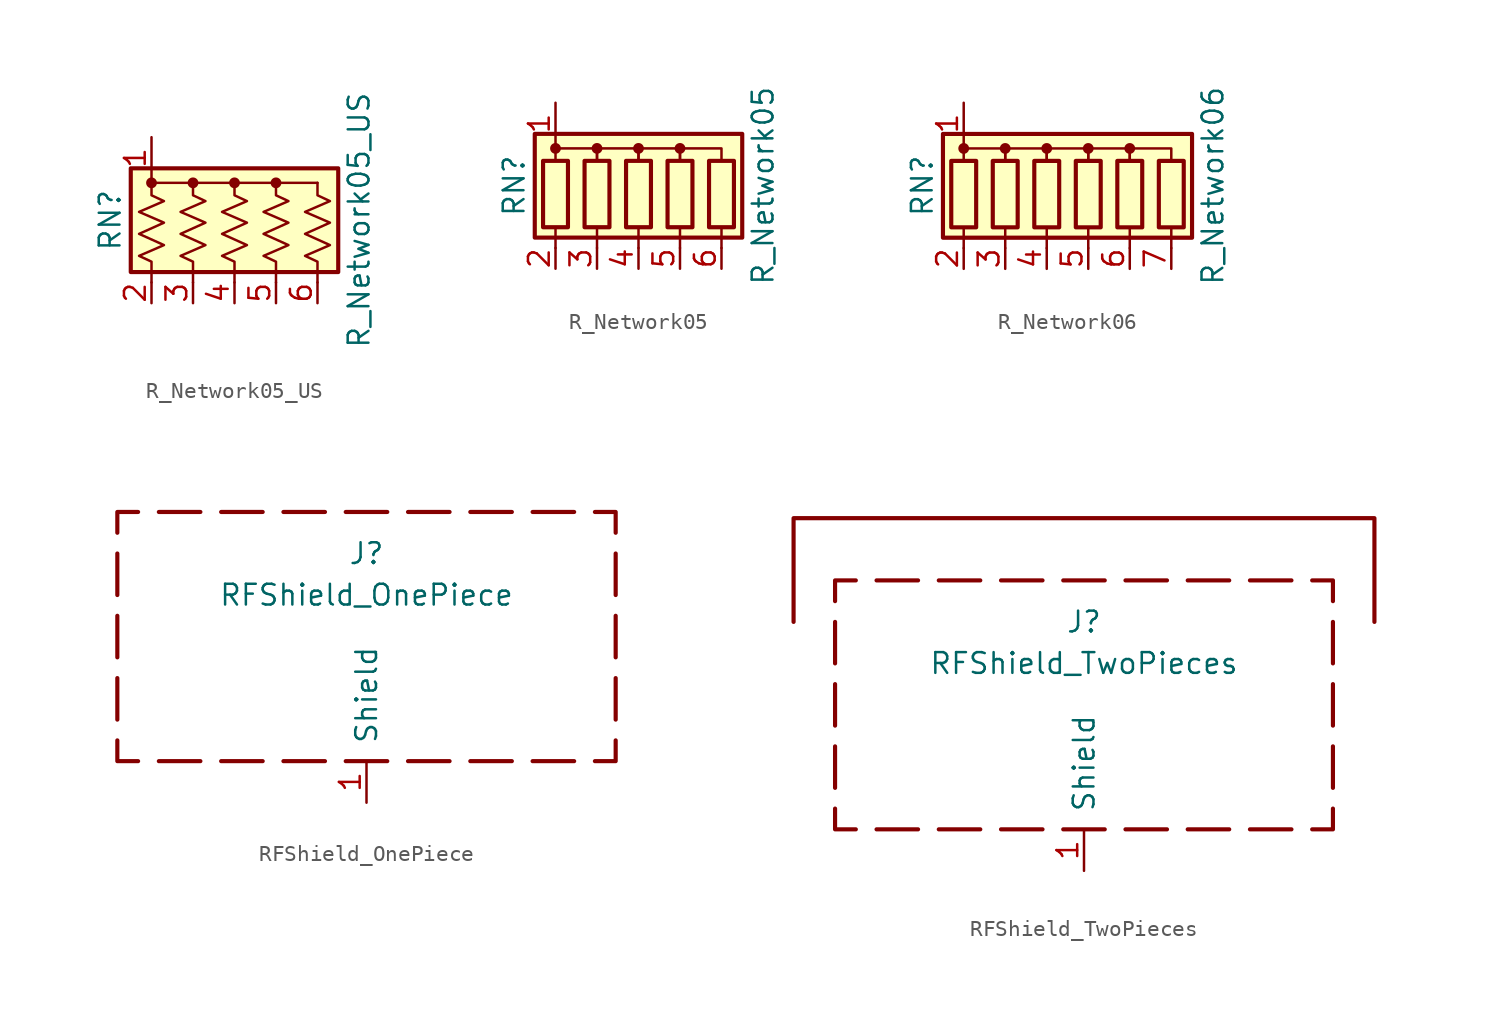
<source format=kicad_sym>
(kicad_symbol_lib
  (version 20241209)
  (generator "kicad_symbol_editor")
  (generator_version "9.0")
  (symbol "R_Network05_US"
    (pin_names
      (offset 0)
      (hide yes))
    (property "Reference" "RN"
      (at -7.62 0 90)
      (effects (font (size 1.27 1.27))))
    (property "Value" "R_Network05_US"
      (at 7.62 0 90)
      (effects (font (size 1.27 1.27))))
    (symbol "R_Network05_US_0_1"
      (rectangle (start -6.35 -3.175) (end 6.35 3.175) (stroke (width 0.254) (type default)) (fill (type background)))
      (circle (center -5.08 2.286) (radius 0.254) (stroke (width 0) (type default)) (fill (type outline)))
      (polyline (pts (xy -5.08 2.286) (xy 5.08 2.286)) (stroke (width 0) (type default)) (fill (type none)))
      (polyline (pts (xy -5.08 2.286) (xy -5.08 1.524) (xy -4.318 1.168) (xy -5.842 0.508) (xy -4.318 -0.152) (xy -5.842 -0.838) (xy -4.318 -1.524) (xy -5.842 -2.184) (xy -5.08 -2.54) (xy -5.08 -3.81)) (stroke (width 0) (type default)) (fill (type none)))
      (circle (center -2.54 2.286) (radius 0.254) (stroke (width 0) (type default)) (fill (type outline)))
      (polyline (pts (xy -2.54 2.286) (xy -2.54 1.524) (xy -1.778 1.168) (xy -3.302 0.508) (xy -1.778 -0.152) (xy -3.302 -0.838) (xy -1.778 -1.524) (xy -3.302 -2.184) (xy -2.54 -2.54) (xy -2.54 -3.81)) (stroke (width 0) (type default)) (fill (type none)))
      (circle (center 0 2.286) (radius 0.254) (stroke (width 0) (type default)) (fill (type outline)))
      (polyline (pts (xy 0 2.286) (xy 0 1.524) (xy 0.762 1.168) (xy -0.762 0.508) (xy 0.762 -0.152) (xy -0.762 -0.838) (xy 0.762 -1.524) (xy -0.762 -2.184) (xy 0 -2.54) (xy 0 -3.81)) (stroke (width 0) (type default)) (fill (type none)))
      (polyline (pts (xy 2.54 2.286) (xy 2.54 1.524) (xy 3.302 1.168) (xy 1.778 0.508) (xy 3.302 -0.152) (xy 1.778 -0.838) (xy 3.302 -1.524) (xy 1.778 -2.184) (xy 2.54 -2.54) (xy 2.54 -3.81)) (stroke (width 0) (type default)) (fill (type none)))
      (circle (center 2.54 2.286) (radius 0.254) (stroke (width 0) (type default)) (fill (type outline)))
      (polyline (pts (xy 5.08 2.286) (xy 5.08 1.524) (xy 5.842 1.168) (xy 4.318 0.508) (xy 5.842 -0.152) (xy 4.318 -0.838) (xy 5.842 -1.524) (xy 4.318 -2.184) (xy 5.08 -2.54) (xy 5.08 -3.81)) (stroke (width 0) (type default)) (fill (type none))))
    (symbol "R_Network05_US_1_1"
      (pin passive line (at -5.08 5.08 270) (length 2.54) (name "common" (effects (font (size 1.27 1.27)))) (number "1" (effects (font (size 1.27 1.27)))))
      (pin passive line (at -5.08 -5.08 90) (length 1.27) (name "R1" (effects (font (size 1.27 1.27)))) (number "2" (effects (font (size 1.27 1.27)))))
      (pin passive line (at -2.54 -5.08 90) (length 1.27) (name "R2" (effects (font (size 1.27 1.27)))) (number "3" (effects (font (size 1.27 1.27)))))
      (pin passive line (at 0 -5.08 90) (length 1.27) (name "R3" (effects (font (size 1.27 1.27)))) (number "4" (effects (font (size 1.27 1.27)))))
      (pin passive line (at 2.54 -5.08 90) (length 1.27) (name "R4" (effects (font (size 1.27 1.27)))) (number "5" (effects (font (size 1.27 1.27)))))
      (pin passive line (at 5.08 -5.08 90) (length 1.27) (name "R5" (effects (font (size 1.27 1.27)))) (number "6" (effects (font (size 1.27 1.27)))))))
  (symbol "R_Network05"
    (pin_names
      (offset 0)
      (hide yes))
    (property "Reference" "RN"
      (at -7.62 0 90)
      (effects (font (size 1.27 1.27))))
    (property "Value" "R_Network05"
      (at 7.62 0 90)
      (effects (font (size 1.27 1.27))))
    (symbol "R_Network05_0_1"
      (rectangle (start -6.35 -3.175) (end 6.35 3.175) (stroke (width 0.254) (type default)) (fill (type background)))
      (rectangle (start -5.842 1.524) (end -4.318 -2.54) (stroke (width 0.254) (type default)) (fill (type none)))
      (circle (center -5.08 2.286) (radius 0.254) (stroke (width 0) (type default)) (fill (type outline)))
      (polyline (pts (xy -5.08 1.524) (xy -5.08 2.286) (xy -2.54 2.286) (xy -2.54 1.524)) (stroke (width 0) (type default)) (fill (type none)))
      (polyline (pts (xy -5.08 -2.54) (xy -5.08 -3.81)) (stroke (width 0) (type default)) (fill (type none)))
      (rectangle (start -3.302 1.524) (end -1.778 -2.54) (stroke (width 0.254) (type default)) (fill (type none)))
      (circle (center -2.54 2.286) (radius 0.254) (stroke (width 0) (type default)) (fill (type outline)))
      (polyline (pts (xy -2.54 1.524) (xy -2.54 2.286) (xy 0 2.286) (xy 0 1.524)) (stroke (width 0) (type default)) (fill (type none)))
      (polyline (pts (xy -2.54 -2.54) (xy -2.54 -3.81)) (stroke (width 0) (type default)) (fill (type none)))
      (rectangle (start -0.762 1.524) (end 0.762 -2.54) (stroke (width 0.254) (type default)) (fill (type none)))
      (circle (center 0 2.286) (radius 0.254) (stroke (width 0) (type default)) (fill (type outline)))
      (polyline (pts (xy 0 1.524) (xy 0 2.286) (xy 2.54 2.286) (xy 2.54 1.524)) (stroke (width 0) (type default)) (fill (type none)))
      (polyline (pts (xy 0 -2.54) (xy 0 -3.81)) (stroke (width 0) (type default)) (fill (type none)))
      (rectangle (start 1.778 1.524) (end 3.302 -2.54) (stroke (width 0.254) (type default)) (fill (type none)))
      (circle (center 2.54 2.286) (radius 0.254) (stroke (width 0) (type default)) (fill (type outline)))
      (polyline (pts (xy 2.54 1.524) (xy 2.54 2.286) (xy 5.08 2.286) (xy 5.08 1.524)) (stroke (width 0) (type default)) (fill (type none)))
      (polyline (pts (xy 2.54 -2.54) (xy 2.54 -3.81)) (stroke (width 0) (type default)) (fill (type none)))
      (rectangle (start 4.318 1.524) (end 5.842 -2.54) (stroke (width 0.254) (type default)) (fill (type none)))
      (polyline (pts (xy 5.08 -2.54) (xy 5.08 -3.81)) (stroke (width 0) (type default)) (fill (type none))))
    (symbol "R_Network05_1_1"
      (pin passive line (at -5.08 5.08 270) (length 2.54) (name "common" (effects (font (size 1.27 1.27)))) (number "1" (effects (font (size 1.27 1.27)))))
      (pin passive line (at -5.08 -5.08 90) (length 1.27) (name "R1" (effects (font (size 1.27 1.27)))) (number "2" (effects (font (size 1.27 1.27)))))
      (pin passive line (at -2.54 -5.08 90) (length 1.27) (name "R2" (effects (font (size 1.27 1.27)))) (number "3" (effects (font (size 1.27 1.27)))))
      (pin passive line (at 0 -5.08 90) (length 1.27) (name "R3" (effects (font (size 1.27 1.27)))) (number "4" (effects (font (size 1.27 1.27)))))
      (pin passive line (at 2.54 -5.08 90) (length 1.27) (name "R4" (effects (font (size 1.27 1.27)))) (number "5" (effects (font (size 1.27 1.27)))))
      (pin passive line (at 5.08 -5.08 90) (length 1.27) (name "R5" (effects (font (size 1.27 1.27)))) (number "6" (effects (font (size 1.27 1.27)))))))
  (symbol "R_Network06"
    (pin_names
      (offset 0)
      (hide yes))
    (property "Reference" "RN"
      (at -10.16 0 90)
      (effects (font (size 1.27 1.27))))
    (property "Value" "R_Network06"
      (at 7.62 0 90)
      (effects (font (size 1.27 1.27))))
    (symbol "R_Network06_0_1"
      (rectangle (start -8.89 -3.175) (end 6.35 3.175) (stroke (width 0.254) (type default)) (fill (type background)))
      (rectangle (start -8.382 1.524) (end -6.858 -2.54) (stroke (width 0.254) (type default)) (fill (type none)))
      (circle (center -7.62 2.286) (radius 0.254) (stroke (width 0) (type default)) (fill (type outline)))
      (polyline (pts (xy -7.62 1.524) (xy -7.62 2.286) (xy -5.08 2.286) (xy -5.08 1.524)) (stroke (width 0) (type default)) (fill (type none)))
      (polyline (pts (xy -7.62 -2.54) (xy -7.62 -3.81)) (stroke (width 0) (type default)) (fill (type none)))
      (rectangle (start -5.842 1.524) (end -4.318 -2.54) (stroke (width 0.254) (type default)) (fill (type none)))
      (circle (center -5.08 2.286) (radius 0.254) (stroke (width 0) (type default)) (fill (type outline)))
      (polyline (pts (xy -5.08 1.524) (xy -5.08 2.286) (xy -2.54 2.286) (xy -2.54 1.524)) (stroke (width 0) (type default)) (fill (type none)))
      (polyline (pts (xy -5.08 -2.54) (xy -5.08 -3.81)) (stroke (width 0) (type default)) (fill (type none)))
      (rectangle (start -3.302 1.524) (end -1.778 -2.54) (stroke (width 0.254) (type default)) (fill (type none)))
      (circle (center -2.54 2.286) (radius 0.254) (stroke (width 0) (type default)) (fill (type outline)))
      (polyline (pts (xy -2.54 1.524) (xy -2.54 2.286) (xy 0 2.286) (xy 0 1.524)) (stroke (width 0) (type default)) (fill (type none)))
      (polyline (pts (xy -2.54 -2.54) (xy -2.54 -3.81)) (stroke (width 0) (type default)) (fill (type none)))
      (rectangle (start -0.762 1.524) (end 0.762 -2.54) (stroke (width 0.254) (type default)) (fill (type none)))
      (circle (center 0 2.286) (radius 0.254) (stroke (width 0) (type default)) (fill (type outline)))
      (polyline (pts (xy 0 1.524) (xy 0 2.286) (xy 2.54 2.286) (xy 2.54 1.524)) (stroke (width 0) (type default)) (fill (type none)))
      (polyline (pts (xy 0 -2.54) (xy 0 -3.81)) (stroke (width 0) (type default)) (fill (type none)))
      (rectangle (start 1.778 1.524) (end 3.302 -2.54) (stroke (width 0.254) (type default)) (fill (type none)))
      (circle (center 2.54 2.286) (radius 0.254) (stroke (width 0) (type default)) (fill (type outline)))
      (polyline (pts (xy 2.54 1.524) (xy 2.54 2.286) (xy 5.08 2.286) (xy 5.08 1.524)) (stroke (width 0) (type default)) (fill (type none)))
      (polyline (pts (xy 2.54 -2.54) (xy 2.54 -3.81)) (stroke (width 0) (type default)) (fill (type none)))
      (rectangle (start 4.318 1.524) (end 5.842 -2.54) (stroke (width 0.254) (type default)) (fill (type none)))
      (polyline (pts (xy 5.08 -2.54) (xy 5.08 -3.81)) (stroke (width 0) (type default)) (fill (type none))))
    (symbol "R_Network06_1_1"
      (pin passive line (at -7.62 5.08 270) (length 2.54) (name "common" (effects (font (size 1.27 1.27)))) (number "1" (effects (font (size 1.27 1.27)))))
      (pin passive line (at -7.62 -5.08 90) (length 1.27) (name "R1" (effects (font (size 1.27 1.27)))) (number "2" (effects (font (size 1.27 1.27)))))
      (pin passive line (at -5.08 -5.08 90) (length 1.27) (name "R2" (effects (font (size 1.27 1.27)))) (number "3" (effects (font (size 1.27 1.27)))))
      (pin passive line (at -2.54 -5.08 90) (length 1.27) (name "R3" (effects (font (size 1.27 1.27)))) (number "4" (effects (font (size 1.27 1.27)))))
      (pin passive line (at 0 -5.08 90) (length 1.27) (name "R4" (effects (font (size 1.27 1.27)))) (number "5" (effects (font (size 1.27 1.27)))))
      (pin passive line (at 2.54 -5.08 90) (length 1.27) (name "R5" (effects (font (size 1.27 1.27)))) (number "6" (effects (font (size 1.27 1.27)))))
      (pin passive line (at 5.08 -5.08 90) (length 1.27) (name "R6" (effects (font (size 1.27 1.27)))) (number "7" (effects (font (size 1.27 1.27)))))))
  (symbol "RFShield_OnePiece"
    (pin_names
      (offset 1.016))
    (property "Reference" "J"
      (at 0 5.08 0)
      (effects (font (size 1.27 1.27))))
    (property "Value" "RFShield_OnePiece"
      (at 0 2.54 0)
      (effects (font (size 1.27 1.27))))
    (symbol "RFShield_OnePiece_0_1"
      (polyline (pts (xy -15.24 6.35) (xy -15.24 7.62) (xy -13.97 7.62)) (stroke (width 0.254) (type default)) (fill (type none)))
      (polyline (pts (xy -15.24 2.54) (xy -15.24 5.08)) (stroke (width 0.254) (type default)) (fill (type none)))
      (polyline (pts (xy -15.24 -1.27) (xy -15.24 1.27)) (stroke (width 0.254) (type default)) (fill (type none)))
      (polyline (pts (xy -15.24 -5.08) (xy -15.24 -2.54)) (stroke (width 0.254) (type default)) (fill (type none)))
      (polyline (pts (xy -13.97 -7.62) (xy -15.24 -7.62) (xy -15.24 -6.35)) (stroke (width 0.254) (type default)) (fill (type none)))
      (polyline (pts (xy -12.7 7.62) (xy -10.16 7.62)) (stroke (width 0.254) (type default)) (fill (type none)))
      (polyline (pts (xy -10.16 -7.62) (xy -12.7 -7.62)) (stroke (width 0.254) (type default)) (fill (type none)))
      (polyline (pts (xy -6.35 7.62) (xy -8.89 7.62)) (stroke (width 0.254) (type default)) (fill (type none)))
      (polyline (pts (xy -6.35 -7.62) (xy -8.89 -7.62)) (stroke (width 0.254) (type default)) (fill (type none)))
      (polyline (pts (xy -2.54 7.62) (xy -5.08 7.62)) (stroke (width 0.254) (type default)) (fill (type none)))
      (polyline (pts (xy -2.54 -7.62) (xy -5.08 -7.62)) (stroke (width 0.254) (type default)) (fill (type none)))
      (polyline (pts (xy -1.27 -7.62) (xy 1.27 -7.62)) (stroke (width 0.254) (type default)) (fill (type none)))
      (polyline (pts (xy 1.27 7.62) (xy -1.27 7.62)) (stroke (width 0.254) (type default)) (fill (type none)))
      (polyline (pts (xy 2.54 -7.62) (xy 5.08 -7.62)) (stroke (width 0.254) (type default)) (fill (type none)))
      (polyline (pts (xy 5.08 7.62) (xy 2.54 7.62)) (stroke (width 0.254) (type default)) (fill (type none)))
      (polyline (pts (xy 6.35 -7.62) (xy 8.89 -7.62)) (stroke (width 0.254) (type default)) (fill (type none)))
      (polyline (pts (xy 8.89 7.62) (xy 6.35 7.62)) (stroke (width 0.254) (type default)) (fill (type none)))
      (polyline (pts (xy 10.16 -7.62) (xy 12.7 -7.62)) (stroke (width 0.254) (type default)) (fill (type none)))
      (polyline (pts (xy 12.7 7.62) (xy 10.16 7.62)) (stroke (width 0.254) (type default)) (fill (type none)))
      (polyline (pts (xy 13.97 -7.62) (xy 15.24 -7.62) (xy 15.24 -6.35)) (stroke (width 0.254) (type default)) (fill (type none)))
      (polyline (pts (xy 15.24 6.35) (xy 15.24 7.62) (xy 13.97 7.62)) (stroke (width 0.254) (type default)) (fill (type none)))
      (polyline (pts (xy 15.24 2.54) (xy 15.24 5.08)) (stroke (width 0.254) (type default)) (fill (type none)))
      (polyline (pts (xy 15.24 -1.27) (xy 15.24 1.27)) (stroke (width 0.254) (type default)) (fill (type none)))
      (polyline (pts (xy 15.24 -5.08) (xy 15.24 -2.54)) (stroke (width 0.254) (type default)) (fill (type none))))
    (symbol "RFShield_OnePiece_1_1"
      (pin passive line (at 0 -10.16 90) (length 2.54) (name "Shield" (effects (font (size 1.27 1.27)))) (number "1" (effects (font (size 1.27 1.27)))))))
  (symbol "RFShield_TwoPieces"
    (pin_names
      (offset 1.016))
    (property "Reference" "J"
      (at 0 5.08 0)
      (effects (font (size 1.27 1.27))))
    (property "Value" "RFShield_TwoPieces"
      (at 0 2.54 0)
      (effects (font (size 1.27 1.27))))
    (symbol "RFShield_TwoPieces_0_1"
      (polyline (pts (xy -17.78 5.08) (xy -17.78 11.43) (xy 17.78 11.43) (xy 17.78 5.08)) (stroke (width 0.254) (type default)) (fill (type none)))
      (polyline (pts (xy -15.24 6.35) (xy -15.24 7.62) (xy -13.97 7.62)) (stroke (width 0.254) (type default)) (fill (type none)))
      (polyline (pts (xy -15.24 2.54) (xy -15.24 5.08)) (stroke (width 0.254) (type default)) (fill (type none)))
      (polyline (pts (xy -15.24 -1.27) (xy -15.24 1.27)) (stroke (width 0.254) (type default)) (fill (type none)))
      (polyline (pts (xy -15.24 -5.08) (xy -15.24 -2.54)) (stroke (width 0.254) (type default)) (fill (type none)))
      (polyline (pts (xy -13.97 -7.62) (xy -15.24 -7.62) (xy -15.24 -6.35)) (stroke (width 0.254) (type default)) (fill (type none)))
      (polyline (pts (xy -12.7 7.62) (xy -10.16 7.62)) (stroke (width 0.254) (type default)) (fill (type none)))
      (polyline (pts (xy -10.16 -7.62) (xy -12.7 -7.62)) (stroke (width 0.254) (type default)) (fill (type none)))
      (polyline (pts (xy -6.35 7.62) (xy -8.89 7.62)) (stroke (width 0.254) (type default)) (fill (type none)))
      (polyline (pts (xy -6.35 -7.62) (xy -8.89 -7.62)) (stroke (width 0.254) (type default)) (fill (type none)))
      (polyline (pts (xy -2.54 7.62) (xy -5.08 7.62)) (stroke (width 0.254) (type default)) (fill (type none)))
      (polyline (pts (xy -2.54 -7.62) (xy -5.08 -7.62)) (stroke (width 0.254) (type default)) (fill (type none)))
      (polyline (pts (xy -1.27 -7.62) (xy 1.27 -7.62)) (stroke (width 0.254) (type default)) (fill (type none)))
      (polyline (pts (xy 1.27 7.62) (xy -1.27 7.62)) (stroke (width 0.254) (type default)) (fill (type none)))
      (polyline (pts (xy 2.54 -7.62) (xy 5.08 -7.62)) (stroke (width 0.254) (type default)) (fill (type none)))
      (polyline (pts (xy 5.08 7.62) (xy 2.54 7.62)) (stroke (width 0.254) (type default)) (fill (type none)))
      (polyline (pts (xy 6.35 -7.62) (xy 8.89 -7.62)) (stroke (width 0.254) (type default)) (fill (type none)))
      (polyline (pts (xy 8.89 7.62) (xy 6.35 7.62)) (stroke (width 0.254) (type default)) (fill (type none)))
      (polyline (pts (xy 10.16 -7.62) (xy 12.7 -7.62)) (stroke (width 0.254) (type default)) (fill (type none)))
      (polyline (pts (xy 12.7 7.62) (xy 10.16 7.62)) (stroke (width 0.254) (type default)) (fill (type none)))
      (polyline (pts (xy 13.97 -7.62) (xy 15.24 -7.62) (xy 15.24 -6.35)) (stroke (width 0.254) (type default)) (fill (type none)))
      (polyline (pts (xy 15.24 6.35) (xy 15.24 7.62) (xy 13.97 7.62)) (stroke (width 0.254) (type default)) (fill (type none)))
      (polyline (pts (xy 15.24 2.54) (xy 15.24 5.08)) (stroke (width 0.254) (type default)) (fill (type none)))
      (polyline (pts (xy 15.24 -1.27) (xy 15.24 1.27)) (stroke (width 0.254) (type default)) (fill (type none)))
      (polyline (pts (xy 15.24 -5.08) (xy 15.24 -2.54)) (stroke (width 0.254) (type default)) (fill (type none))))
    (symbol "RFShield_TwoPieces_1_1"
      (pin passive line (at 0 -10.16 90) (length 2.54) (name "Shield" (effects (font (size 1.27 1.27)))) (number "1" (effects (font (size 1.27 1.27))))))))
</source>
